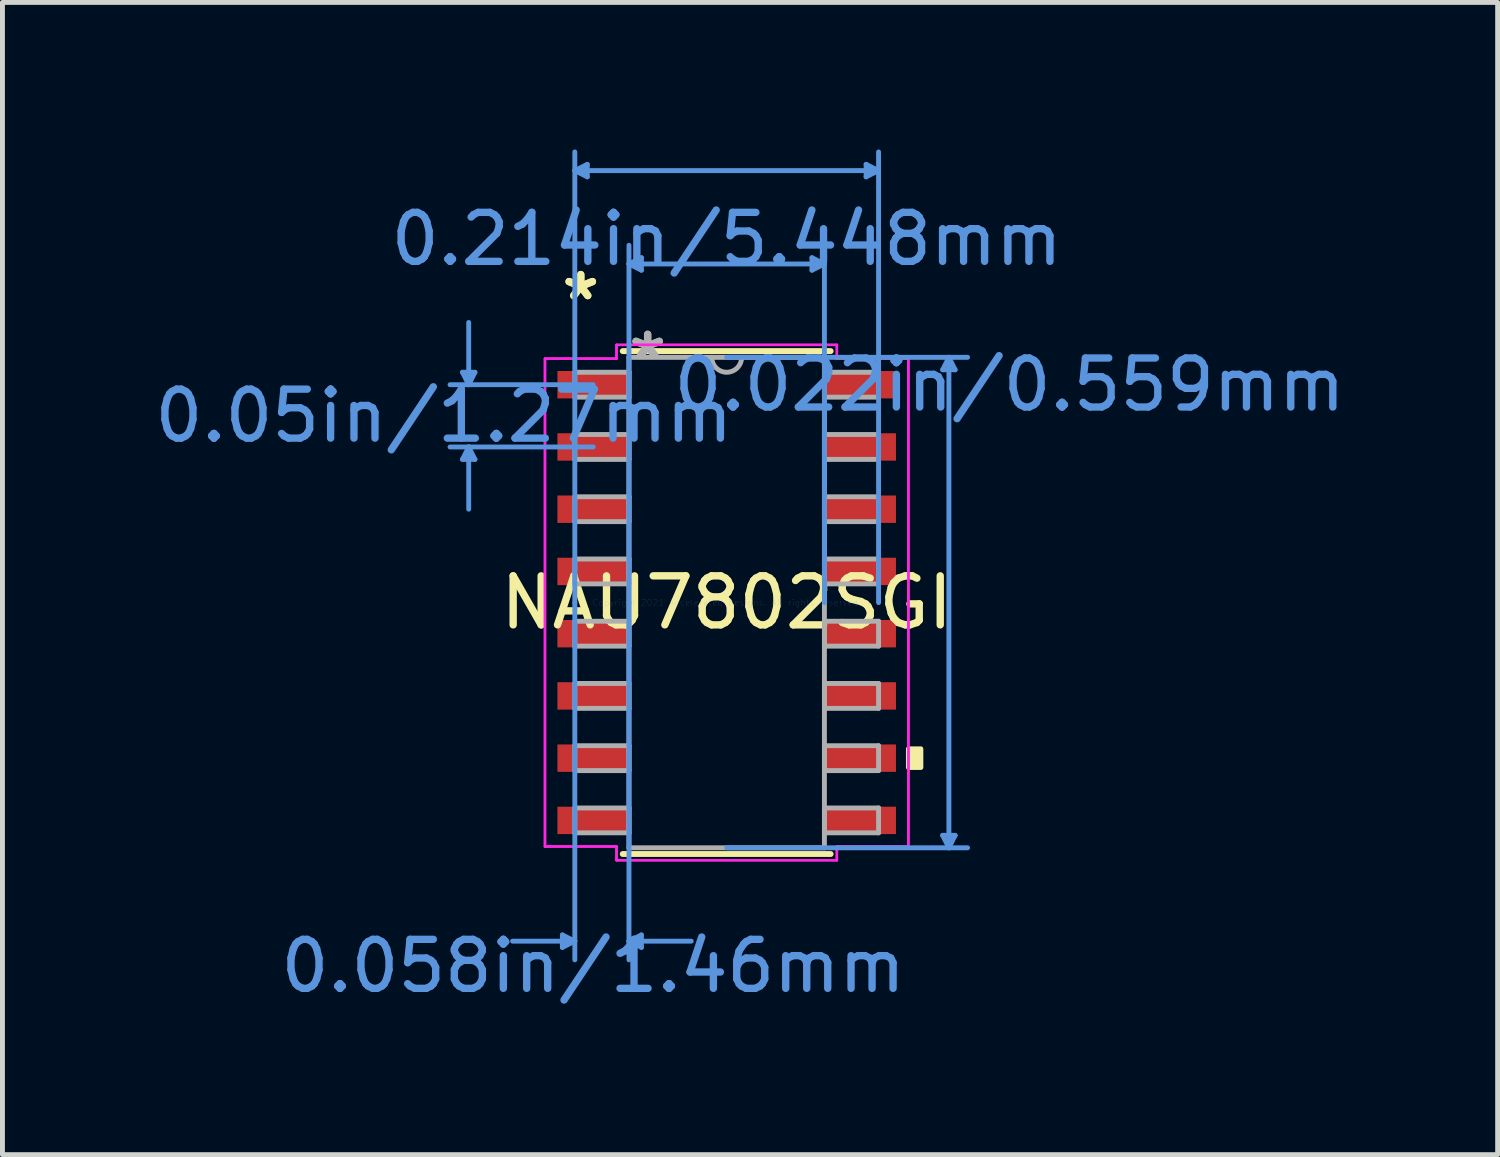
<source format=kicad_pcb>
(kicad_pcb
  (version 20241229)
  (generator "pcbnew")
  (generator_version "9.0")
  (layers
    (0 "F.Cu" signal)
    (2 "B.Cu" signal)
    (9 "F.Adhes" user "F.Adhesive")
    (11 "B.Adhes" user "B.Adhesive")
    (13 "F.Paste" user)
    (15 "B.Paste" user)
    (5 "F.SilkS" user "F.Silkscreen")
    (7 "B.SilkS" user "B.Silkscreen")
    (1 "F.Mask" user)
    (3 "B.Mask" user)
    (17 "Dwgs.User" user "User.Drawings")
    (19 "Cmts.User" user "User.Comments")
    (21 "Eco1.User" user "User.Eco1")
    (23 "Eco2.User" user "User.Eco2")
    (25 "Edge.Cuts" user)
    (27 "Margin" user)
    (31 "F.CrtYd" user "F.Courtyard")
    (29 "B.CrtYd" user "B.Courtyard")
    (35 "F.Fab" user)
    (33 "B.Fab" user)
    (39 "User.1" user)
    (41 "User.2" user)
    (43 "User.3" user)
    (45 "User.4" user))
  (footprint "NAU7802SGI"
    (layer "F.Cu")
    (at 11.778 9.245)
    (property "Reference" "NAU7802SGI" (at 0 0 0) (layer "F.SilkS") (effects (font (size 1 1) (thickness 0.15))))
    (attr through_hole)
    (fp_line (start -2.121 5.131) (end 2.121 5.131) (stroke (width 0.12) (type solid)) (layer "F.SilkS"))
    (fp_line (start 2.121 -5.131) (end -2.121 -5.131) (stroke (width 0.12) (type solid)) (layer "F.SilkS"))
    (fp_poly (pts (xy 3.962 2.985) (xy 3.962 3.365) (xy 3.708 3.365) (xy 3.708 2.985)) (stroke (width 0.1) (type solid)) (fill yes) (layer "F.SilkS"))
    (fp_line (start -5.391 -4.699) (end -5.137 -4.699) (stroke (width 0.1) (type solid)) (layer "Cmts.User"))
    (fp_line (start -5.391 -2.921) (end -5.137 -2.921) (stroke (width 0.1) (type solid)) (layer "Cmts.User"))
    (fp_line (start -5.264 -4.445) (end -5.391 -4.699) (stroke (width 0.1) (type solid)) (layer "Cmts.User"))
    (fp_line (start -5.264 -4.445) (end -5.264 -5.715) (stroke (width 0.1) (type solid)) (layer "Cmts.User"))
    (fp_line (start -5.264 -4.445) (end -5.137 -4.699) (stroke (width 0.1) (type solid)) (layer "Cmts.User"))
    (fp_line (start -5.264 -3.175) (end -5.391 -2.921) (stroke (width 0.1) (type solid)) (layer "Cmts.User"))
    (fp_line (start -5.264 -3.175) (end -5.264 -1.905) (stroke (width 0.1) (type solid)) (layer "Cmts.User"))
    (fp_line (start -5.264 -3.175) (end -5.137 -2.921) (stroke (width 0.1) (type solid)) (layer "Cmts.User"))
    (fp_line (start -3.353 6.782) (end -3.353 7.036) (stroke (width 0.1) (type solid)) (layer "Cmts.User"))
    (fp_line (start -3.099 -8.814) (end -2.845 -8.941) (stroke (width 0.1) (type solid)) (layer "Cmts.User"))
    (fp_line (start -3.099 -8.814) (end -2.845 -8.687) (stroke (width 0.1) (type solid)) (layer "Cmts.User"))
    (fp_line (start -3.099 -8.814) (end 3.099 -8.814) (stroke (width 0.1) (type solid)) (layer "Cmts.User"))
    (fp_line (start -3.099 0) (end -3.099 -9.195) (stroke (width 0.1) (type solid)) (layer "Cmts.User"))
    (fp_line (start -3.099 0) (end -3.099 7.29) (stroke (width 0.1) (type solid)) (layer "Cmts.User"))
    (fp_line (start -3.099 6.909) (end -4.369 6.909) (stroke (width 0.1) (type solid)) (layer "Cmts.User"))
    (fp_line (start -3.099 6.909) (end -3.353 6.782) (stroke (width 0.1) (type solid)) (layer "Cmts.User"))
    (fp_line (start -3.099 6.909) (end -3.353 7.036) (stroke (width 0.1) (type solid)) (layer "Cmts.User"))
    (fp_line (start -2.845 -8.941) (end -2.845 -8.687) (stroke (width 0.1) (type solid)) (layer "Cmts.User"))
    (fp_line (start -2.724 -4.445) (end -5.645 -4.445) (stroke (width 0.1) (type solid)) (layer "Cmts.User"))
    (fp_line (start -2.724 -3.175) (end -5.645 -3.175) (stroke (width 0.1) (type solid)) (layer "Cmts.User"))
    (fp_line (start -1.994 -6.909) (end -1.74 -7.036) (stroke (width 0.1) (type solid)) (layer "Cmts.User"))
    (fp_line (start -1.994 -6.909) (end -1.74 -6.782) (stroke (width 0.1) (type solid)) (layer "Cmts.User"))
    (fp_line (start -1.994 -6.909) (end 1.994 -6.909) (stroke (width 0.1) (type solid)) (layer "Cmts.User"))
    (fp_line (start -1.994 0) (end -1.994 -7.29) (stroke (width 0.1) (type solid)) (layer "Cmts.User"))
    (fp_line (start -1.994 0) (end -1.994 7.29) (stroke (width 0.1) (type solid)) (layer "Cmts.User"))
    (fp_line (start -1.994 6.909) (end -1.74 6.782) (stroke (width 0.1) (type solid)) (layer "Cmts.User"))
    (fp_line (start -1.994 6.909) (end -1.74 7.036) (stroke (width 0.1) (type solid)) (layer "Cmts.User"))
    (fp_line (start -1.994 6.909) (end -0.724 6.909) (stroke (width 0.1) (type solid)) (layer "Cmts.User"))
    (fp_line (start -1.74 -7.036) (end -1.74 -6.782) (stroke (width 0.1) (type solid)) (layer "Cmts.User"))
    (fp_line (start -1.74 6.782) (end -1.74 7.036) (stroke (width 0.1) (type solid)) (layer "Cmts.User"))
    (fp_line (start 0 -5.004) (end 4.915 -5.004) (stroke (width 0.1) (type solid)) (layer "Cmts.User"))
    (fp_line (start 0 5.004) (end 4.915 5.004) (stroke (width 0.1) (type solid)) (layer "Cmts.User"))
    (fp_line (start 1.74 -7.036) (end 1.74 -6.782) (stroke (width 0.1) (type solid)) (layer "Cmts.User"))
    (fp_line (start 1.994 -6.909) (end 1.74 -7.036) (stroke (width 0.1) (type solid)) (layer "Cmts.User"))
    (fp_line (start 1.994 -6.909) (end 1.74 -6.782) (stroke (width 0.1) (type solid)) (layer "Cmts.User"))
    (fp_line (start 1.994 0) (end 1.994 -7.29) (stroke (width 0.1) (type solid)) (layer "Cmts.User"))
    (fp_line (start 2.845 -8.941) (end 2.845 -8.687) (stroke (width 0.1) (type solid)) (layer "Cmts.User"))
    (fp_line (start 3.099 -8.814) (end 2.845 -8.941) (stroke (width 0.1) (type solid)) (layer "Cmts.User"))
    (fp_line (start 3.099 -8.814) (end 2.845 -8.687) (stroke (width 0.1) (type solid)) (layer "Cmts.User"))
    (fp_line (start 3.099 0) (end 3.099 -9.195) (stroke (width 0.1) (type solid)) (layer "Cmts.User"))
    (fp_line (start 4.407 -4.75) (end 4.661 -4.75) (stroke (width 0.1) (type solid)) (layer "Cmts.User"))
    (fp_line (start 4.407 4.75) (end 4.661 4.75) (stroke (width 0.1) (type solid)) (layer "Cmts.User"))
    (fp_line (start 4.534 -5.004) (end 4.407 -4.75) (stroke (width 0.1) (type solid)) (layer "Cmts.User"))
    (fp_line (start 4.534 -5.004) (end 4.534 5.004) (stroke (width 0.1) (type solid)) (layer "Cmts.User"))
    (fp_line (start 4.534 -5.004) (end 4.661 -4.75) (stroke (width 0.1) (type solid)) (layer "Cmts.User"))
    (fp_line (start 4.534 5.004) (end 4.407 4.75) (stroke (width 0.1) (type solid)) (layer "Cmts.User"))
    (fp_line (start 4.534 5.004) (end 4.661 4.75) (stroke (width 0.1) (type solid)) (layer "Cmts.User"))
    (fp_line (start -3.708 -4.978) (end -2.248 -4.978) (stroke (width 0.05) (type solid)) (layer "F.CrtYd"))
    (fp_line (start -3.708 -4.978) (end -2.248 -4.978) (stroke (width 0.05) (type solid)) (layer "F.CrtYd"))
    (fp_line (start -3.708 4.978) (end -3.708 -4.978) (stroke (width 0.05) (type solid)) (layer "F.CrtYd"))
    (fp_line (start -3.708 4.978) (end -3.708 -4.978) (stroke (width 0.05) (type solid)) (layer "F.CrtYd"))
    (fp_line (start -3.708 4.978) (end -2.248 4.978) (stroke (width 0.05) (type solid)) (layer "F.CrtYd"))
    (fp_line (start -2.248 -5.258) (end 2.248 -5.258) (stroke (width 0.05) (type solid)) (layer "F.CrtYd"))
    (fp_line (start -2.248 -5.258) (end 2.248 -5.258) (stroke (width 0.05) (type solid)) (layer "F.CrtYd"))
    (fp_line (start -2.248 -4.978) (end -2.248 -5.258) (stroke (width 0.05) (type solid)) (layer "F.CrtYd"))
    (fp_line (start -2.248 -4.978) (end -2.248 -5.258) (stroke (width 0.05) (type solid)) (layer "F.CrtYd"))
    (fp_line (start -2.248 4.978) (end -3.708 4.978) (stroke (width 0.05) (type solid)) (layer "F.CrtYd"))
    (fp_line (start -2.248 5.258) (end -2.248 4.978) (stroke (width 0.05) (type solid)) (layer "F.CrtYd"))
    (fp_line (start -2.248 5.258) (end -2.248 4.978) (stroke (width 0.05) (type solid)) (layer "F.CrtYd"))
    (fp_line (start 2.248 -5.258) (end 2.248 -4.978) (stroke (width 0.05) (type solid)) (layer "F.CrtYd"))
    (fp_line (start 2.248 -5.258) (end 2.248 -4.978) (stroke (width 0.05) (type solid)) (layer "F.CrtYd"))
    (fp_line (start 2.248 -4.978) (end 3.708 -4.978) (stroke (width 0.05) (type solid)) (layer "F.CrtYd"))
    (fp_line (start 2.248 4.978) (end 2.248 5.258) (stroke (width 0.05) (type solid)) (layer "F.CrtYd"))
    (fp_line (start 2.248 4.978) (end 2.248 5.258) (stroke (width 0.05) (type solid)) (layer "F.CrtYd"))
    (fp_line (start 2.248 5.258) (end -2.248 5.258) (stroke (width 0.05) (type solid)) (layer "F.CrtYd"))
    (fp_line (start 2.248 5.258) (end -2.248 5.258) (stroke (width 0.05) (type solid)) (layer "F.CrtYd"))
    (fp_line (start 3.708 -4.978) (end 2.248 -4.978) (stroke (width 0.05) (type solid)) (layer "F.CrtYd"))
    (fp_line (start 3.708 -4.978) (end 3.708 4.978) (stroke (width 0.05) (type solid)) (layer "F.CrtYd"))
    (fp_line (start 3.708 -4.978) (end 3.708 4.978) (stroke (width 0.05) (type solid)) (layer "F.CrtYd"))
    (fp_line (start 3.708 4.978) (end 2.248 4.978) (stroke (width 0.05) (type solid)) (layer "F.CrtYd"))
    (fp_line (start 3.708 4.978) (end 2.248 4.978) (stroke (width 0.05) (type solid)) (layer "F.CrtYd"))
    (fp_line (start -3.099 -4.699) (end -3.099 -4.191) (stroke (width 0.1) (type solid)) (layer "F.Fab"))
    (fp_line (start -3.099 -4.191) (end -1.994 -4.191) (stroke (width 0.1) (type solid)) (layer "F.Fab"))
    (fp_line (start -3.099 -3.429) (end -3.099 -2.921) (stroke (width 0.1) (type solid)) (layer "F.Fab"))
    (fp_line (start -3.099 -2.921) (end -1.994 -2.921) (stroke (width 0.1) (type solid)) (layer "F.Fab"))
    (fp_line (start -3.099 -2.159) (end -3.099 -1.651) (stroke (width 0.1) (type solid)) (layer "F.Fab"))
    (fp_line (start -3.099 -1.651) (end -1.994 -1.651) (stroke (width 0.1) (type solid)) (layer "F.Fab"))
    (fp_line (start -3.099 -0.889) (end -3.099 -0.381) (stroke (width 0.1) (type solid)) (layer "F.Fab"))
    (fp_line (start -3.099 -0.381) (end -1.994 -0.381) (stroke (width 0.1) (type solid)) (layer "F.Fab"))
    (fp_line (start -3.099 0.381) (end -3.099 0.889) (stroke (width 0.1) (type solid)) (layer "F.Fab"))
    (fp_line (start -3.099 0.889) (end -1.994 0.889) (stroke (width 0.1) (type solid)) (layer "F.Fab"))
    (fp_line (start -3.099 1.651) (end -3.099 2.159) (stroke (width 0.1) (type solid)) (layer "F.Fab"))
    (fp_line (start -3.099 2.159) (end -1.994 2.159) (stroke (width 0.1) (type solid)) (layer "F.Fab"))
    (fp_line (start -3.099 2.921) (end -3.099 3.429) (stroke (width 0.1) (type solid)) (layer "F.Fab"))
    (fp_line (start -3.099 3.429) (end -1.994 3.429) (stroke (width 0.1) (type solid)) (layer "F.Fab"))
    (fp_line (start -3.099 4.191) (end -3.099 4.699) (stroke (width 0.1) (type solid)) (layer "F.Fab"))
    (fp_line (start -3.099 4.699) (end -1.994 4.699) (stroke (width 0.1) (type solid)) (layer "F.Fab"))
    (fp_line (start -1.994 -5.004) (end -1.994 5.004) (stroke (width 0.1) (type solid)) (layer "F.Fab"))
    (fp_line (start -1.994 -4.699) (end -3.099 -4.699) (stroke (width 0.1) (type solid)) (layer "F.Fab"))
    (fp_line (start -1.994 -4.191) (end -1.994 -4.699) (stroke (width 0.1) (type solid)) (layer "F.Fab"))
    (fp_line (start -1.994 -3.429) (end -3.099 -3.429) (stroke (width 0.1) (type solid)) (layer "F.Fab"))
    (fp_line (start -1.994 -2.921) (end -1.994 -3.429) (stroke (width 0.1) (type solid)) (layer "F.Fab"))
    (fp_line (start -1.994 -2.159) (end -3.099 -2.159) (stroke (width 0.1) (type solid)) (layer "F.Fab"))
    (fp_line (start -1.994 -1.651) (end -1.994 -2.159) (stroke (width 0.1) (type solid)) (layer "F.Fab"))
    (fp_line (start -1.994 -0.889) (end -3.099 -0.889) (stroke (width 0.1) (type solid)) (layer "F.Fab"))
    (fp_line (start -1.994 -0.381) (end -1.994 -0.889) (stroke (width 0.1) (type solid)) (layer "F.Fab"))
    (fp_line (start -1.994 0.381) (end -3.099 0.381) (stroke (width 0.1) (type solid)) (layer "F.Fab"))
    (fp_line (start -1.994 0.889) (end -1.994 0.381) (stroke (width 0.1) (type solid)) (layer "F.Fab"))
    (fp_line (start -1.994 1.651) (end -3.099 1.651) (stroke (width 0.1) (type solid)) (layer "F.Fab"))
    (fp_line (start -1.994 2.159) (end -1.994 1.651) (stroke (width 0.1) (type solid)) (layer "F.Fab"))
    (fp_line (start -1.994 2.921) (end -3.099 2.921) (stroke (width 0.1) (type solid)) (layer "F.Fab"))
    (fp_line (start -1.994 3.429) (end -1.994 2.921) (stroke (width 0.1) (type solid)) (layer "F.Fab"))
    (fp_line (start -1.994 4.191) (end -3.099 4.191) (stroke (width 0.1) (type solid)) (layer "F.Fab"))
    (fp_line (start -1.994 4.699) (end -1.994 4.191) (stroke (width 0.1) (type solid)) (layer "F.Fab"))
    (fp_line (start -1.994 5.004) (end 1.994 5.004) (stroke (width 0.1) (type solid)) (layer "F.Fab"))
    (fp_line (start 1.994 -5.004) (end -1.994 -5.004) (stroke (width 0.1) (type solid)) (layer "F.Fab"))
    (fp_line (start 1.994 -4.699) (end 1.994 -4.191) (stroke (width 0.1) (type solid)) (layer "F.Fab"))
    (fp_line (start 1.994 -4.191) (end 3.099 -4.191) (stroke (width 0.1) (type solid)) (layer "F.Fab"))
    (fp_line (start 1.994 -3.429) (end 1.994 -2.921) (stroke (width 0.1) (type solid)) (layer "F.Fab"))
    (fp_line (start 1.994 -2.921) (end 3.099 -2.921) (stroke (width 0.1) (type solid)) (layer "F.Fab"))
    (fp_line (start 1.994 -2.159) (end 1.994 -1.651) (stroke (width 0.1) (type solid)) (layer "F.Fab"))
    (fp_line (start 1.994 -1.651) (end 3.099 -1.651) (stroke (width 0.1) (type solid)) (layer "F.Fab"))
    (fp_line (start 1.994 -0.889) (end 1.994 -0.381) (stroke (width 0.1) (type solid)) (layer "F.Fab"))
    (fp_line (start 1.994 -0.381) (end 3.099 -0.381) (stroke (width 0.1) (type solid)) (layer "F.Fab"))
    (fp_line (start 1.994 0.381) (end 1.994 0.889) (stroke (width 0.1) (type solid)) (layer "F.Fab"))
    (fp_line (start 1.994 0.889) (end 3.099 0.889) (stroke (width 0.1) (type solid)) (layer "F.Fab"))
    (fp_line (start 1.994 1.651) (end 1.994 2.159) (stroke (width 0.1) (type solid)) (layer "F.Fab"))
    (fp_line (start 1.994 2.159) (end 3.099 2.159) (stroke (width 0.1) (type solid)) (layer "F.Fab"))
    (fp_line (start 1.994 2.921) (end 1.994 3.429) (stroke (width 0.1) (type solid)) (layer "F.Fab"))
    (fp_line (start 1.994 3.429) (end 3.099 3.429) (stroke (width 0.1) (type solid)) (layer "F.Fab"))
    (fp_line (start 1.994 4.191) (end 1.994 4.699) (stroke (width 0.1) (type solid)) (layer "F.Fab"))
    (fp_line (start 1.994 4.699) (end 3.099 4.699) (stroke (width 0.1) (type solid)) (layer "F.Fab"))
    (fp_line (start 1.994 5.004) (end 1.994 -5.004) (stroke (width 0.1) (type solid)) (layer "F.Fab"))
    (fp_line (start 3.099 -4.699) (end 1.994 -4.699) (stroke (width 0.1) (type solid)) (layer "F.Fab"))
    (fp_line (start 3.099 -4.191) (end 3.099 -4.699) (stroke (width 0.1) (type solid)) (layer "F.Fab"))
    (fp_line (start 3.099 -3.429) (end 1.994 -3.429) (stroke (width 0.1) (type solid)) (layer "F.Fab"))
    (fp_line (start 3.099 -2.921) (end 3.099 -3.429) (stroke (width 0.1) (type solid)) (layer "F.Fab"))
    (fp_line (start 3.099 -2.159) (end 1.994 -2.159) (stroke (width 0.1) (type solid)) (layer "F.Fab"))
    (fp_line (start 3.099 -1.651) (end 3.099 -2.159) (stroke (width 0.1) (type solid)) (layer "F.Fab"))
    (fp_line (start 3.099 -0.889) (end 1.994 -0.889) (stroke (width 0.1) (type solid)) (layer "F.Fab"))
    (fp_line (start 3.099 -0.381) (end 3.099 -0.889) (stroke (width 0.1) (type solid)) (layer "F.Fab"))
    (fp_line (start 3.099 0.381) (end 1.994 0.381) (stroke (width 0.1) (type solid)) (layer "F.Fab"))
    (fp_line (start 3.099 0.889) (end 3.099 0.381) (stroke (width 0.1) (type solid)) (layer "F.Fab"))
    (fp_line (start 3.099 1.651) (end 1.994 1.651) (stroke (width 0.1) (type solid)) (layer "F.Fab"))
    (fp_line (start 3.099 2.159) (end 3.099 1.651) (stroke (width 0.1) (type solid)) (layer "F.Fab"))
    (fp_line (start 3.099 2.921) (end 1.994 2.921) (stroke (width 0.1) (type solid)) (layer "F.Fab"))
    (fp_line (start 3.099 3.429) (end 3.099 2.921) (stroke (width 0.1) (type solid)) (layer "F.Fab"))
    (fp_line (start 3.099 4.191) (end 1.994 4.191) (stroke (width 0.1) (type solid)) (layer "F.Fab"))
    (fp_line (start 3.099 4.699) (end 3.099 4.191) (stroke (width 0.1) (type solid)) (layer "F.Fab"))
    (fp_arc (start 0.3048 -5.0038) (mid 0 -4.699) (end -0.3048 -5.0038) (stroke (width 0.1) (type solid)) (layer "F.Fab"))
    (fp_text user "*" (at -2.978 -6.147 0) (layer "F.SilkS") (effects (font (size 1 1) (thickness 0.15))))
    (fp_text user "*" (at -2.978 -6.147 0) (layer "F.SilkS") (effects (font (size 1 1) (thickness 0.15))))
    (fp_text user "0.022in/0.559mm" (at 5.772 -4.445 0) (layer "Cmts.User") (effects (font (size 1 1) (thickness 0.15))))
    (fp_text user "0.058in/1.46mm" (at -2.724 7.417 0) (layer "Cmts.User") (effects (font (size 1 1) (thickness 0.15))))
    (fp_text user "0.214in/5.448mm" (at 0 -7.417 0) (layer "Cmts.User") (effects (font (size 1 1) (thickness 0.15))))
    (fp_text user "Copyright 2021 Accelerated Designs. All rights reserved." (at 0 0 0) (layer "Cmts.User") (effects (font (size 0.127 0.127) (thickness 0.002))))
    (fp_text user "0.05in/1.27mm" (at -5.772 -3.81 0) (layer "Cmts.User") (effects (font (size 1 1) (thickness 0.15))))
    (fp_text user "*" (at -1.613 -4.928 0) (layer "F.Fab") (effects (font (size 1 1) (thickness 0.15))))
    (fp_text user "*" (at -1.613 -4.928 0) (layer "F.Fab") (effects (font (size 1 1) (thickness 0.15))))
    (pad "1" smd rect (at -2.724 -4.445) (size 1.46 0.559) (layers "F.Cu" "F.Mask" "F.Paste"))
    (pad "2" smd rect (at -2.724 -3.175) (size 1.46 0.559) (layers "F.Cu" "F.Mask" "F.Paste"))
    (pad "3" smd rect (at -2.724 -1.905) (size 1.46 0.559) (layers "F.Cu" "F.Mask" "F.Paste"))
    (pad "4" smd rect (at -2.724 -0.635) (size 1.46 0.559) (layers "F.Cu" "F.Mask" "F.Paste"))
    (pad "5" smd rect (at -2.724 0.635) (size 1.46 0.559) (layers "F.Cu" "F.Mask" "F.Paste"))
    (pad "6" smd rect (at -2.724 1.905) (size 1.46 0.559) (layers "F.Cu" "F.Mask" "F.Paste"))
    (pad "7" smd rect (at -2.724 3.175) (size 1.46 0.559) (layers "F.Cu" "F.Mask" "F.Paste"))
    (pad "8" smd rect (at -2.724 4.445) (size 1.46 0.559) (layers "F.Cu" "F.Mask" "F.Paste"))
    (pad "9" smd rect (at 2.724 4.445) (size 1.46 0.559) (layers "F.Cu" "F.Mask" "F.Paste"))
    (pad "10" smd rect (at 2.724 3.175) (size 1.46 0.559) (layers "F.Cu" "F.Mask" "F.Paste"))
    (pad "11" smd rect (at 2.724 1.905) (size 1.46 0.559) (layers "F.Cu" "F.Mask" "F.Paste"))
    (pad "12" smd rect (at 2.724 0.635) (size 1.46 0.559) (layers "F.Cu" "F.Mask" "F.Paste"))
    (pad "13" smd rect (at 2.724 -0.635) (size 1.46 0.559) (layers "F.Cu" "F.Mask" "F.Paste"))
    (pad "14" smd rect (at 2.724 -1.905) (size 1.46 0.559) (layers "F.Cu" "F.Mask" "F.Paste"))
    (pad "15" smd rect (at 2.724 -3.175) (size 1.46 0.559) (layers "F.Cu" "F.Mask" "F.Paste"))
    (pad "16" smd rect (at 2.724 -4.445) (size 1.46 0.559) (layers "F.Cu" "F.Mask" "F.Paste")))
  (gr_rect
    (start -3 -3)
    (end 27.509 20.51)
    (stroke (width 0.1) (type default))
    (fill no)
    (layer "Edge.Cuts")))
</source>
